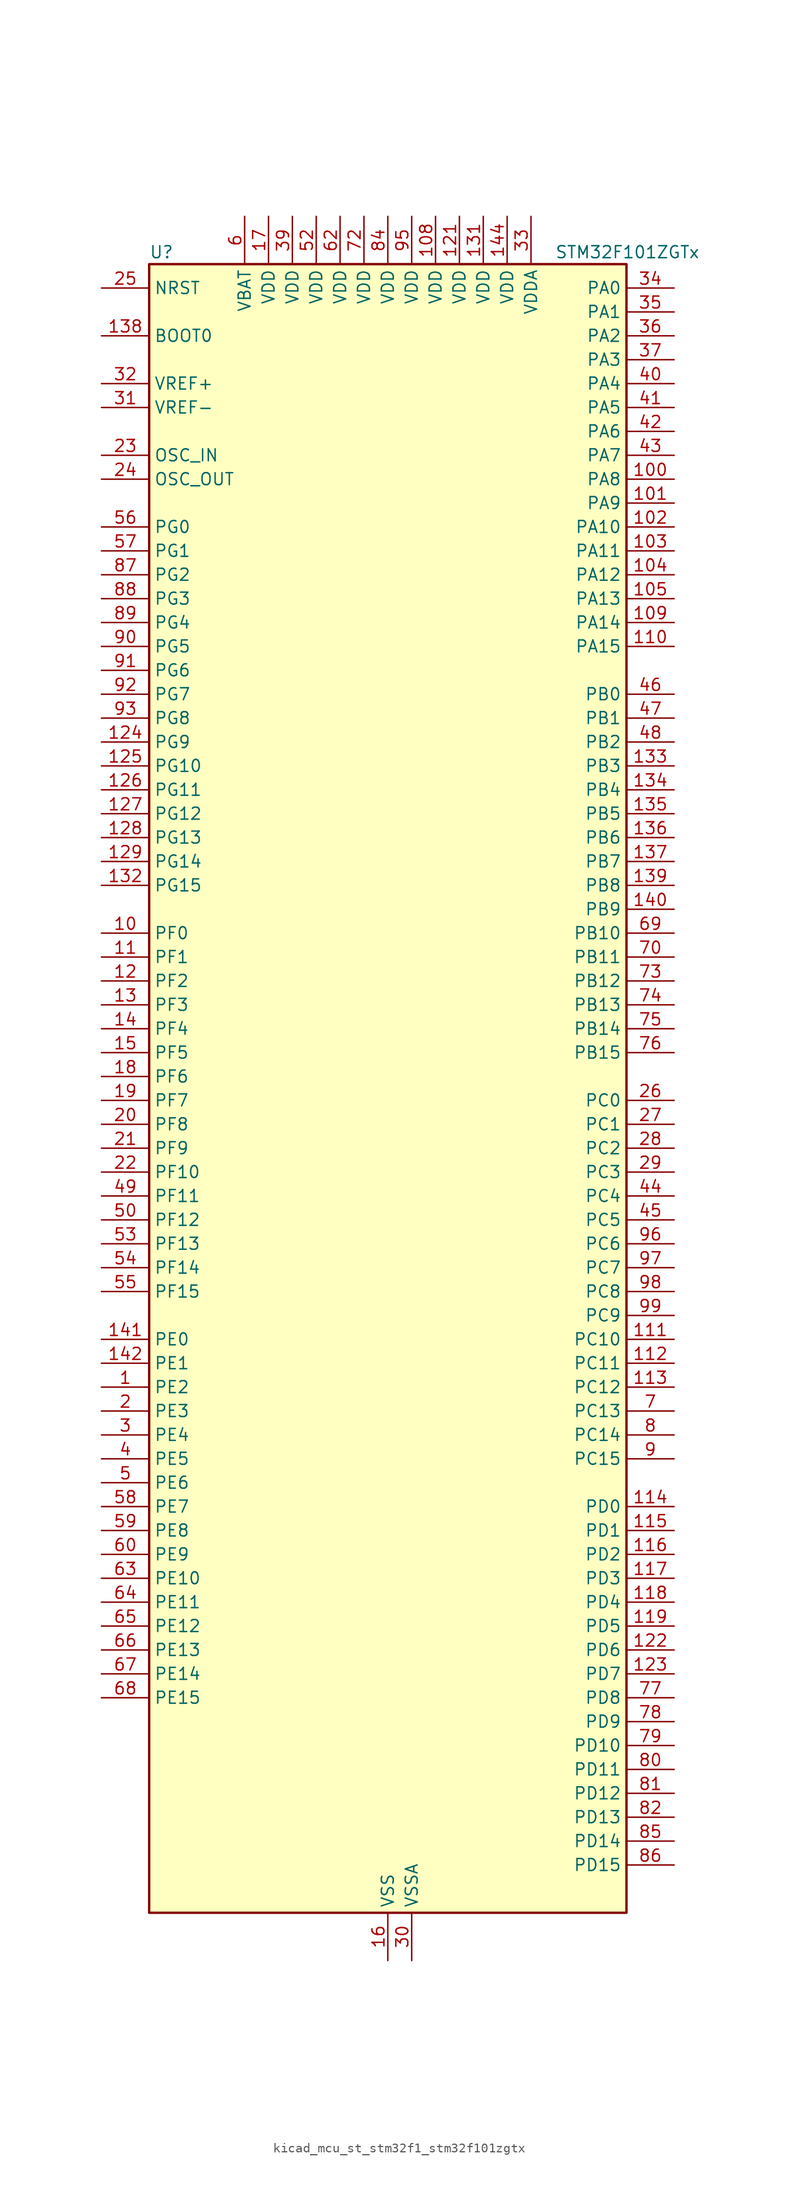
<source format=kicad_sym>
(kicad_symbol_lib
  (version 20220914)
  (generator kicad_symbol_editor)
  (symbol "kicad_mcu_st_stm32f1_stm32f101zgtx"
    (property "Reference" "U"
      (at -25.4 90.17 0)
      (effects (font (size 1.27 1.27)) (justify left)))
    (property "Value" "STM32F101ZGTx"
      (at 17.78 90.17 0)
      (effects (font (size 1.27 1.27)) (justify left)))
    (property "ki_locked" ""
      (at 0 0 0)
      (effects (font (size 1.27 1.27))))
    (symbol "kicad_mcu_st_stm32f1_stm32f101zgtx_0_1"
      (rectangle (start -25.4 -86.36) (end 25.4 88.9) (stroke (width 0.254) (type default)) (fill (type background))))
    (symbol "kicad_mcu_st_stm32f1_stm32f101zgtx_1_1"
      (pin bidirectional line (at -30.48 -30.48 0) (length 5.08) (name "PE2" (effects (font (size 1.27 1.27)))) (number "1" (effects (font (size 1.27 1.27)))) (alternate "FSMC_A23" bidirectional line) (alternate "SYS_TRACECLK" bidirectional line))
      (pin bidirectional line (at -30.48 17.78 0) (length 5.08) (name "PF0" (effects (font (size 1.27 1.27)))) (number "10" (effects (font (size 1.27 1.27)))) (alternate "FSMC_A0" bidirectional line))
      (pin bidirectional line (at 30.48 66.04 180) (length 5.08) (name "PA8" (effects (font (size 1.27 1.27)))) (number "100" (effects (font (size 1.27 1.27)))) (alternate "RCC_MCO" bidirectional line) (alternate "USART1_CK" bidirectional line))
      (pin bidirectional line (at 30.48 63.5 180) (length 5.08) (name "PA9" (effects (font (size 1.27 1.27)))) (number "101" (effects (font (size 1.27 1.27)))) (alternate "DAC_EXTI9" bidirectional line) (alternate "USART1_TX" bidirectional line))
      (pin bidirectional line (at 30.48 60.96 180) (length 5.08) (name "PA10" (effects (font (size 1.27 1.27)))) (number "102" (effects (font (size 1.27 1.27)))) (alternate "USART1_RX" bidirectional line))
      (pin bidirectional line (at 30.48 58.42 180) (length 5.08) (name "PA11" (effects (font (size 1.27 1.27)))) (number "103" (effects (font (size 1.27 1.27)))) (alternate "ADC1_EXTI11" bidirectional line) (alternate "USART1_CTS" bidirectional line))
      (pin bidirectional line (at 30.48 55.88 180) (length 5.08) (name "PA12" (effects (font (size 1.27 1.27)))) (number "104" (effects (font (size 1.27 1.27)))) (alternate "USART1_RTS" bidirectional line))
      (pin bidirectional line (at 30.48 53.34 180) (length 5.08) (name "PA13" (effects (font (size 1.27 1.27)))) (number "105" (effects (font (size 1.27 1.27)))) (alternate "SYS_JTMS-SWDIO" bidirectional line))
      (pin no_connect line (at -25.4 -86.36 0) (length 5.08) hide (name "NC" (effects (font (size 1.27 1.27)))) (number "106" (effects (font (size 1.27 1.27)))))
      (pin passive line (at 0 -91.44 90) (length 5.08) hide (name "VSS" (effects (font (size 1.27 1.27)))) (number "107" (effects (font (size 1.27 1.27)))))
      (pin power_in line (at 5.08 93.98 270) (length 5.08) (name "VDD" (effects (font (size 1.27 1.27)))) (number "108" (effects (font (size 1.27 1.27)))))
      (pin bidirectional line (at 30.48 50.8 180) (length 5.08) (name "PA14" (effects (font (size 1.27 1.27)))) (number "109" (effects (font (size 1.27 1.27)))) (alternate "SYS_JTCK-SWCLK" bidirectional line))
      (pin bidirectional line (at -30.48 15.24 0) (length 5.08) (name "PF1" (effects (font (size 1.27 1.27)))) (number "11" (effects (font (size 1.27 1.27)))) (alternate "FSMC_A1" bidirectional line))
      (pin bidirectional line (at 30.48 48.26 180) (length 5.08) (name "PA15" (effects (font (size 1.27 1.27)))) (number "110" (effects (font (size 1.27 1.27)))) (alternate "ADC1_EXTI15" bidirectional line) (alternate "SPI1_NSS" bidirectional line) (alternate "SPI3_NSS" bidirectional line) (alternate "SYS_JTDI" bidirectional line) (alternate "TIM2_CH1" bidirectional line) (alternate "TIM2_ETR" bidirectional line))
      (pin bidirectional line (at 30.48 -25.4 180) (length 5.08) (name "PC10" (effects (font (size 1.27 1.27)))) (number "111" (effects (font (size 1.27 1.27)))) (alternate "UART4_TX" bidirectional line) (alternate "USART3_TX" bidirectional line))
      (pin bidirectional line (at 30.48 -27.94 180) (length 5.08) (name "PC11" (effects (font (size 1.27 1.27)))) (number "112" (effects (font (size 1.27 1.27)))) (alternate "ADC1_EXTI11" bidirectional line) (alternate "UART4_RX" bidirectional line) (alternate "USART3_RX" bidirectional line))
      (pin bidirectional line (at 30.48 -30.48 180) (length 5.08) (name "PC12" (effects (font (size 1.27 1.27)))) (number "113" (effects (font (size 1.27 1.27)))) (alternate "UART5_TX" bidirectional line) (alternate "USART3_CK" bidirectional line))
      (pin bidirectional line (at 30.48 -43.18 180) (length 5.08) (name "PD0" (effects (font (size 1.27 1.27)))) (number "114" (effects (font (size 1.27 1.27)))) (alternate "FSMC_D2" bidirectional line) (alternate "FSMC_DA2" bidirectional line))
      (pin bidirectional line (at 30.48 -45.72 180) (length 5.08) (name "PD1" (effects (font (size 1.27 1.27)))) (number "115" (effects (font (size 1.27 1.27)))) (alternate "FSMC_D3" bidirectional line) (alternate "FSMC_DA3" bidirectional line))
      (pin bidirectional line (at 30.48 -48.26 180) (length 5.08) (name "PD2" (effects (font (size 1.27 1.27)))) (number "116" (effects (font (size 1.27 1.27)))) (alternate "TIM3_ETR" bidirectional line) (alternate "UART5_RX" bidirectional line))
      (pin bidirectional line (at 30.48 -50.8 180) (length 5.08) (name "PD3" (effects (font (size 1.27 1.27)))) (number "117" (effects (font (size 1.27 1.27)))) (alternate "FSMC_CLK" bidirectional line) (alternate "USART2_CTS" bidirectional line))
      (pin bidirectional line (at 30.48 -53.34 180) (length 5.08) (name "PD4" (effects (font (size 1.27 1.27)))) (number "118" (effects (font (size 1.27 1.27)))) (alternate "FSMC_NOE" bidirectional line) (alternate "USART2_RTS" bidirectional line))
      (pin bidirectional line (at 30.48 -55.88 180) (length 5.08) (name "PD5" (effects (font (size 1.27 1.27)))) (number "119" (effects (font (size 1.27 1.27)))) (alternate "FSMC_NWE" bidirectional line) (alternate "USART2_TX" bidirectional line))
      (pin bidirectional line (at -30.48 12.7 0) (length 5.08) (name "PF2" (effects (font (size 1.27 1.27)))) (number "12" (effects (font (size 1.27 1.27)))) (alternate "FSMC_A2" bidirectional line))
      (pin passive line (at 0 -91.44 90) (length 5.08) hide (name "VSS" (effects (font (size 1.27 1.27)))) (number "120" (effects (font (size 1.27 1.27)))))
      (pin power_in line (at 7.62 93.98 270) (length 5.08) (name "VDD" (effects (font (size 1.27 1.27)))) (number "121" (effects (font (size 1.27 1.27)))))
      (pin bidirectional line (at 30.48 -58.42 180) (length 5.08) (name "PD6" (effects (font (size 1.27 1.27)))) (number "122" (effects (font (size 1.27 1.27)))) (alternate "FSMC_NWAIT" bidirectional line) (alternate "USART2_RX" bidirectional line))
      (pin bidirectional line (at 30.48 -60.96 180) (length 5.08) (name "PD7" (effects (font (size 1.27 1.27)))) (number "123" (effects (font (size 1.27 1.27)))) (alternate "FSMC_NCE2" bidirectional line) (alternate "FSMC_NE1" bidirectional line) (alternate "USART2_CK" bidirectional line))
      (pin bidirectional line (at -30.48 38.1 0) (length 5.08) (name "PG9" (effects (font (size 1.27 1.27)))) (number "124" (effects (font (size 1.27 1.27)))) (alternate "DAC_EXTI9" bidirectional line) (alternate "FSMC_NCE3" bidirectional line) (alternate "FSMC_NE2" bidirectional line))
      (pin bidirectional line (at -30.48 35.56 0) (length 5.08) (name "PG10" (effects (font (size 1.27 1.27)))) (number "125" (effects (font (size 1.27 1.27)))) (alternate "FSMC_NCE4_1" bidirectional line) (alternate "FSMC_NE3" bidirectional line))
      (pin bidirectional line (at -30.48 33.02 0) (length 5.08) (name "PG11" (effects (font (size 1.27 1.27)))) (number "126" (effects (font (size 1.27 1.27)))) (alternate "ADC1_EXTI11" bidirectional line) (alternate "FSMC_NCE4_2" bidirectional line))
      (pin bidirectional line (at -30.48 30.48 0) (length 5.08) (name "PG12" (effects (font (size 1.27 1.27)))) (number "127" (effects (font (size 1.27 1.27)))) (alternate "FSMC_NE4" bidirectional line))
      (pin bidirectional line (at -30.48 27.94 0) (length 5.08) (name "PG13" (effects (font (size 1.27 1.27)))) (number "128" (effects (font (size 1.27 1.27)))) (alternate "FSMC_A24" bidirectional line))
      (pin bidirectional line (at -30.48 25.4 0) (length 5.08) (name "PG14" (effects (font (size 1.27 1.27)))) (number "129" (effects (font (size 1.27 1.27)))) (alternate "FSMC_A25" bidirectional line))
      (pin bidirectional line (at -30.48 10.16 0) (length 5.08) (name "PF3" (effects (font (size 1.27 1.27)))) (number "13" (effects (font (size 1.27 1.27)))) (alternate "FSMC_A3" bidirectional line))
      (pin passive line (at 0 -91.44 90) (length 5.08) hide (name "VSS" (effects (font (size 1.27 1.27)))) (number "130" (effects (font (size 1.27 1.27)))))
      (pin power_in line (at 10.16 93.98 270) (length 5.08) (name "VDD" (effects (font (size 1.27 1.27)))) (number "131" (effects (font (size 1.27 1.27)))))
      (pin bidirectional line (at -30.48 22.86 0) (length 5.08) (name "PG15" (effects (font (size 1.27 1.27)))) (number "132" (effects (font (size 1.27 1.27)))) (alternate "ADC1_EXTI15" bidirectional line))
      (pin bidirectional line (at 30.48 35.56 180) (length 5.08) (name "PB3" (effects (font (size 1.27 1.27)))) (number "133" (effects (font (size 1.27 1.27)))) (alternate "SPI1_SCK" bidirectional line) (alternate "SPI3_SCK" bidirectional line) (alternate "SYS_JTDO-TRACESWO" bidirectional line) (alternate "TIM2_CH2" bidirectional line))
      (pin bidirectional line (at 30.48 33.02 180) (length 5.08) (name "PB4" (effects (font (size 1.27 1.27)))) (number "134" (effects (font (size 1.27 1.27)))) (alternate "SPI1_MISO" bidirectional line) (alternate "SPI3_MISO" bidirectional line) (alternate "SYS_NJTRST" bidirectional line) (alternate "TIM3_CH1" bidirectional line))
      (pin bidirectional line (at 30.48 30.48 180) (length 5.08) (name "PB5" (effects (font (size 1.27 1.27)))) (number "135" (effects (font (size 1.27 1.27)))) (alternate "I2C1_SMBA" bidirectional line) (alternate "SPI1_MOSI" bidirectional line) (alternate "SPI3_MOSI" bidirectional line) (alternate "TIM3_CH2" bidirectional line))
      (pin bidirectional line (at 30.48 27.94 180) (length 5.08) (name "PB6" (effects (font (size 1.27 1.27)))) (number "136" (effects (font (size 1.27 1.27)))) (alternate "I2C1_SCL" bidirectional line) (alternate "TIM4_CH1" bidirectional line) (alternate "USART1_TX" bidirectional line))
      (pin bidirectional line (at 30.48 25.4 180) (length 5.08) (name "PB7" (effects (font (size 1.27 1.27)))) (number "137" (effects (font (size 1.27 1.27)))) (alternate "FSMC_NL" bidirectional line) (alternate "I2C1_SDA" bidirectional line) (alternate "TIM4_CH2" bidirectional line) (alternate "USART1_RX" bidirectional line))
      (pin input line (at -30.48 81.28 0) (length 5.08) (name "BOOT0" (effects (font (size 1.27 1.27)))) (number "138" (effects (font (size 1.27 1.27)))))
      (pin bidirectional line (at 30.48 22.86 180) (length 5.08) (name "PB8" (effects (font (size 1.27 1.27)))) (number "139" (effects (font (size 1.27 1.27)))) (alternate "I2C1_SCL" bidirectional line) (alternate "TIM10_CH1" bidirectional line) (alternate "TIM4_CH3" bidirectional line))
      (pin bidirectional line (at -30.48 7.62 0) (length 5.08) (name "PF4" (effects (font (size 1.27 1.27)))) (number "14" (effects (font (size 1.27 1.27)))) (alternate "FSMC_A4" bidirectional line))
      (pin bidirectional line (at 30.48 20.32 180) (length 5.08) (name "PB9" (effects (font (size 1.27 1.27)))) (number "140" (effects (font (size 1.27 1.27)))) (alternate "DAC_EXTI9" bidirectional line) (alternate "I2C1_SDA" bidirectional line) (alternate "TIM11_CH1" bidirectional line) (alternate "TIM4_CH4" bidirectional line))
      (pin bidirectional line (at -30.48 -25.4 0) (length 5.08) (name "PE0" (effects (font (size 1.27 1.27)))) (number "141" (effects (font (size 1.27 1.27)))) (alternate "FSMC_NBL0" bidirectional line) (alternate "TIM4_ETR" bidirectional line))
      (pin bidirectional line (at -30.48 -27.94 0) (length 5.08) (name "PE1" (effects (font (size 1.27 1.27)))) (number "142" (effects (font (size 1.27 1.27)))) (alternate "FSMC_NBL1" bidirectional line))
      (pin passive line (at 0 -91.44 90) (length 5.08) hide (name "VSS" (effects (font (size 1.27 1.27)))) (number "143" (effects (font (size 1.27 1.27)))))
      (pin power_in line (at 12.7 93.98 270) (length 5.08) (name "VDD" (effects (font (size 1.27 1.27)))) (number "144" (effects (font (size 1.27 1.27)))))
      (pin bidirectional line (at -30.48 5.08 0) (length 5.08) (name "PF5" (effects (font (size 1.27 1.27)))) (number "15" (effects (font (size 1.27 1.27)))) (alternate "FSMC_A5" bidirectional line))
      (pin power_in line (at 0 -91.44 90) (length 5.08) (name "VSS" (effects (font (size 1.27 1.27)))) (number "16" (effects (font (size 1.27 1.27)))))
      (pin power_in line (at -12.7 93.98 270) (length 5.08) (name "VDD" (effects (font (size 1.27 1.27)))) (number "17" (effects (font (size 1.27 1.27)))))
      (pin bidirectional line (at -30.48 2.54 0) (length 5.08) (name "PF6" (effects (font (size 1.27 1.27)))) (number "18" (effects (font (size 1.27 1.27)))) (alternate "FSMC_NIORD" bidirectional line) (alternate "TIM10_CH1" bidirectional line))
      (pin bidirectional line (at -30.48 0 0) (length 5.08) (name "PF7" (effects (font (size 1.27 1.27)))) (number "19" (effects (font (size 1.27 1.27)))) (alternate "FSMC_NREG" bidirectional line) (alternate "TIM11_CH1" bidirectional line))
      (pin bidirectional line (at -30.48 -33.02 0) (length 5.08) (name "PE3" (effects (font (size 1.27 1.27)))) (number "2" (effects (font (size 1.27 1.27)))) (alternate "FSMC_A19" bidirectional line) (alternate "SYS_TRACED0" bidirectional line))
      (pin bidirectional line (at -30.48 -2.54 0) (length 5.08) (name "PF8" (effects (font (size 1.27 1.27)))) (number "20" (effects (font (size 1.27 1.27)))) (alternate "FSMC_NIOWR" bidirectional line) (alternate "TIM13_CH1" bidirectional line))
      (pin bidirectional line (at -30.48 -5.08 0) (length 5.08) (name "PF9" (effects (font (size 1.27 1.27)))) (number "21" (effects (font (size 1.27 1.27)))) (alternate "DAC_EXTI9" bidirectional line) (alternate "FSMC_CD" bidirectional line) (alternate "TIM14_CH1" bidirectional line))
      (pin bidirectional line (at -30.48 -7.62 0) (length 5.08) (name "PF10" (effects (font (size 1.27 1.27)))) (number "22" (effects (font (size 1.27 1.27)))) (alternate "FSMC_INTR" bidirectional line))
      (pin input line (at -30.48 68.58 0) (length 5.08) (name "OSC_IN" (effects (font (size 1.27 1.27)))) (number "23" (effects (font (size 1.27 1.27)))) (alternate "RCC_OSC_IN" bidirectional line))
      (pin input line (at -30.48 66.04 0) (length 5.08) (name "OSC_OUT" (effects (font (size 1.27 1.27)))) (number "24" (effects (font (size 1.27 1.27)))) (alternate "RCC_OSC_OUT" bidirectional line))
      (pin input line (at -30.48 86.36 0) (length 5.08) (name "NRST" (effects (font (size 1.27 1.27)))) (number "25" (effects (font (size 1.27 1.27)))))
      (pin bidirectional line (at 30.48 0 180) (length 5.08) (name "PC0" (effects (font (size 1.27 1.27)))) (number "26" (effects (font (size 1.27 1.27)))) (alternate "ADC1_IN10" bidirectional line))
      (pin bidirectional line (at 30.48 -2.54 180) (length 5.08) (name "PC1" (effects (font (size 1.27 1.27)))) (number "27" (effects (font (size 1.27 1.27)))) (alternate "ADC1_IN11" bidirectional line))
      (pin bidirectional line (at 30.48 -5.08 180) (length 5.08) (name "PC2" (effects (font (size 1.27 1.27)))) (number "28" (effects (font (size 1.27 1.27)))) (alternate "ADC1_IN12" bidirectional line))
      (pin bidirectional line (at 30.48 -7.62 180) (length 5.08) (name "PC3" (effects (font (size 1.27 1.27)))) (number "29" (effects (font (size 1.27 1.27)))) (alternate "ADC1_IN13" bidirectional line))
      (pin bidirectional line (at -30.48 -35.56 0) (length 5.08) (name "PE4" (effects (font (size 1.27 1.27)))) (number "3" (effects (font (size 1.27 1.27)))) (alternate "FSMC_A20" bidirectional line) (alternate "SYS_TRACED1" bidirectional line))
      (pin power_in line (at 2.54 -91.44 90) (length 5.08) (name "VSSA" (effects (font (size 1.27 1.27)))) (number "30" (effects (font (size 1.27 1.27)))))
      (pin input line (at -30.48 73.66 0) (length 5.08) (name "VREF-" (effects (font (size 1.27 1.27)))) (number "31" (effects (font (size 1.27 1.27)))))
      (pin input line (at -30.48 76.2 0) (length 5.08) (name "VREF+" (effects (font (size 1.27 1.27)))) (number "32" (effects (font (size 1.27 1.27)))))
      (pin power_in line (at 15.24 93.98 270) (length 5.08) (name "VDDA" (effects (font (size 1.27 1.27)))) (number "33" (effects (font (size 1.27 1.27)))))
      (pin bidirectional line (at 30.48 86.36 180) (length 5.08) (name "PA0" (effects (font (size 1.27 1.27)))) (number "34" (effects (font (size 1.27 1.27)))) (alternate "ADC1_IN0" bidirectional line) (alternate "SYS_WKUP" bidirectional line) (alternate "TIM2_CH1" bidirectional line) (alternate "TIM2_ETR" bidirectional line) (alternate "TIM5_CH1" bidirectional line) (alternate "USART2_CTS" bidirectional line))
      (pin bidirectional line (at 30.48 83.82 180) (length 5.08) (name "PA1" (effects (font (size 1.27 1.27)))) (number "35" (effects (font (size 1.27 1.27)))) (alternate "ADC1_IN1" bidirectional line) (alternate "TIM2_CH2" bidirectional line) (alternate "TIM5_CH2" bidirectional line) (alternate "USART2_RTS" bidirectional line))
      (pin bidirectional line (at 30.48 81.28 180) (length 5.08) (name "PA2" (effects (font (size 1.27 1.27)))) (number "36" (effects (font (size 1.27 1.27)))) (alternate "ADC1_IN2" bidirectional line) (alternate "TIM2_CH3" bidirectional line) (alternate "TIM5_CH3" bidirectional line) (alternate "TIM9_CH1" bidirectional line) (alternate "USART2_TX" bidirectional line))
      (pin bidirectional line (at 30.48 78.74 180) (length 5.08) (name "PA3" (effects (font (size 1.27 1.27)))) (number "37" (effects (font (size 1.27 1.27)))) (alternate "ADC1_IN3" bidirectional line) (alternate "TIM2_CH4" bidirectional line) (alternate "TIM5_CH4" bidirectional line) (alternate "TIM9_CH2" bidirectional line) (alternate "USART2_RX" bidirectional line))
      (pin passive line (at 0 -91.44 90) (length 5.08) hide (name "VSS" (effects (font (size 1.27 1.27)))) (number "38" (effects (font (size 1.27 1.27)))))
      (pin power_in line (at -10.16 93.98 270) (length 5.08) (name "VDD" (effects (font (size 1.27 1.27)))) (number "39" (effects (font (size 1.27 1.27)))))
      (pin bidirectional line (at -30.48 -38.1 0) (length 5.08) (name "PE5" (effects (font (size 1.27 1.27)))) (number "4" (effects (font (size 1.27 1.27)))) (alternate "FSMC_A21" bidirectional line) (alternate "SYS_TRACED2" bidirectional line) (alternate "TIM9_CH1" bidirectional line))
      (pin bidirectional line (at 30.48 76.2 180) (length 5.08) (name "PA4" (effects (font (size 1.27 1.27)))) (number "40" (effects (font (size 1.27 1.27)))) (alternate "ADC1_IN4" bidirectional line) (alternate "DAC_OUT1" bidirectional line) (alternate "SPI1_NSS" bidirectional line) (alternate "USART2_CK" bidirectional line))
      (pin bidirectional line (at 30.48 73.66 180) (length 5.08) (name "PA5" (effects (font (size 1.27 1.27)))) (number "41" (effects (font (size 1.27 1.27)))) (alternate "ADC1_IN5" bidirectional line) (alternate "DAC_OUT2" bidirectional line) (alternate "SPI1_SCK" bidirectional line))
      (pin bidirectional line (at 30.48 71.12 180) (length 5.08) (name "PA6" (effects (font (size 1.27 1.27)))) (number "42" (effects (font (size 1.27 1.27)))) (alternate "ADC1_IN6" bidirectional line) (alternate "SPI1_MISO" bidirectional line) (alternate "TIM13_CH1" bidirectional line) (alternate "TIM3_CH1" bidirectional line))
      (pin bidirectional line (at 30.48 68.58 180) (length 5.08) (name "PA7" (effects (font (size 1.27 1.27)))) (number "43" (effects (font (size 1.27 1.27)))) (alternate "ADC1_IN7" bidirectional line) (alternate "SPI1_MOSI" bidirectional line) (alternate "TIM14_CH1" bidirectional line) (alternate "TIM3_CH2" bidirectional line))
      (pin bidirectional line (at 30.48 -10.16 180) (length 5.08) (name "PC4" (effects (font (size 1.27 1.27)))) (number "44" (effects (font (size 1.27 1.27)))) (alternate "ADC1_IN14" bidirectional line))
      (pin bidirectional line (at 30.48 -12.7 180) (length 5.08) (name "PC5" (effects (font (size 1.27 1.27)))) (number "45" (effects (font (size 1.27 1.27)))) (alternate "ADC1_IN15" bidirectional line))
      (pin bidirectional line (at 30.48 43.18 180) (length 5.08) (name "PB0" (effects (font (size 1.27 1.27)))) (number "46" (effects (font (size 1.27 1.27)))) (alternate "ADC1_IN8" bidirectional line) (alternate "TIM3_CH3" bidirectional line))
      (pin bidirectional line (at 30.48 40.64 180) (length 5.08) (name "PB1" (effects (font (size 1.27 1.27)))) (number "47" (effects (font (size 1.27 1.27)))) (alternate "ADC1_IN9" bidirectional line) (alternate "TIM3_CH4" bidirectional line))
      (pin bidirectional line (at 30.48 38.1 180) (length 5.08) (name "PB2" (effects (font (size 1.27 1.27)))) (number "48" (effects (font (size 1.27 1.27)))))
      (pin bidirectional line (at -30.48 -10.16 0) (length 5.08) (name "PF11" (effects (font (size 1.27 1.27)))) (number "49" (effects (font (size 1.27 1.27)))) (alternate "ADC1_EXTI11" bidirectional line) (alternate "FSMC_NIOS16" bidirectional line))
      (pin bidirectional line (at -30.48 -40.64 0) (length 5.08) (name "PE6" (effects (font (size 1.27 1.27)))) (number "5" (effects (font (size 1.27 1.27)))) (alternate "FSMC_A22" bidirectional line) (alternate "SYS_TRACED3" bidirectional line) (alternate "TIM9_CH2" bidirectional line))
      (pin bidirectional line (at -30.48 -12.7 0) (length 5.08) (name "PF12" (effects (font (size 1.27 1.27)))) (number "50" (effects (font (size 1.27 1.27)))) (alternate "FSMC_A6" bidirectional line))
      (pin passive line (at 0 -91.44 90) (length 5.08) hide (name "VSS" (effects (font (size 1.27 1.27)))) (number "51" (effects (font (size 1.27 1.27)))))
      (pin power_in line (at -7.62 93.98 270) (length 5.08) (name "VDD" (effects (font (size 1.27 1.27)))) (number "52" (effects (font (size 1.27 1.27)))))
      (pin bidirectional line (at -30.48 -15.24 0) (length 5.08) (name "PF13" (effects (font (size 1.27 1.27)))) (number "53" (effects (font (size 1.27 1.27)))) (alternate "FSMC_A7" bidirectional line))
      (pin bidirectional line (at -30.48 -17.78 0) (length 5.08) (name "PF14" (effects (font (size 1.27 1.27)))) (number "54" (effects (font (size 1.27 1.27)))) (alternate "FSMC_A8" bidirectional line))
      (pin bidirectional line (at -30.48 -20.32 0) (length 5.08) (name "PF15" (effects (font (size 1.27 1.27)))) (number "55" (effects (font (size 1.27 1.27)))) (alternate "ADC1_EXTI15" bidirectional line) (alternate "FSMC_A9" bidirectional line))
      (pin bidirectional line (at -30.48 60.96 0) (length 5.08) (name "PG0" (effects (font (size 1.27 1.27)))) (number "56" (effects (font (size 1.27 1.27)))) (alternate "FSMC_A10" bidirectional line))
      (pin bidirectional line (at -30.48 58.42 0) (length 5.08) (name "PG1" (effects (font (size 1.27 1.27)))) (number "57" (effects (font (size 1.27 1.27)))) (alternate "FSMC_A11" bidirectional line))
      (pin bidirectional line (at -30.48 -43.18 0) (length 5.08) (name "PE7" (effects (font (size 1.27 1.27)))) (number "58" (effects (font (size 1.27 1.27)))) (alternate "FSMC_D4" bidirectional line) (alternate "FSMC_DA4" bidirectional line))
      (pin bidirectional line (at -30.48 -45.72 0) (length 5.08) (name "PE8" (effects (font (size 1.27 1.27)))) (number "59" (effects (font (size 1.27 1.27)))) (alternate "FSMC_D5" bidirectional line) (alternate "FSMC_DA5" bidirectional line))
      (pin power_in line (at -15.24 93.98 270) (length 5.08) (name "VBAT" (effects (font (size 1.27 1.27)))) (number "6" (effects (font (size 1.27 1.27)))))
      (pin bidirectional line (at -30.48 -48.26 0) (length 5.08) (name "PE9" (effects (font (size 1.27 1.27)))) (number "60" (effects (font (size 1.27 1.27)))) (alternate "DAC_EXTI9" bidirectional line) (alternate "FSMC_D6" bidirectional line) (alternate "FSMC_DA6" bidirectional line))
      (pin passive line (at 0 -91.44 90) (length 5.08) hide (name "VSS" (effects (font (size 1.27 1.27)))) (number "61" (effects (font (size 1.27 1.27)))))
      (pin power_in line (at -5.08 93.98 270) (length 5.08) (name "VDD" (effects (font (size 1.27 1.27)))) (number "62" (effects (font (size 1.27 1.27)))))
      (pin bidirectional line (at -30.48 -50.8 0) (length 5.08) (name "PE10" (effects (font (size 1.27 1.27)))) (number "63" (effects (font (size 1.27 1.27)))) (alternate "FSMC_D7" bidirectional line) (alternate "FSMC_DA7" bidirectional line))
      (pin bidirectional line (at -30.48 -53.34 0) (length 5.08) (name "PE11" (effects (font (size 1.27 1.27)))) (number "64" (effects (font (size 1.27 1.27)))) (alternate "ADC1_EXTI11" bidirectional line) (alternate "FSMC_D8" bidirectional line) (alternate "FSMC_DA8" bidirectional line))
      (pin bidirectional line (at -30.48 -55.88 0) (length 5.08) (name "PE12" (effects (font (size 1.27 1.27)))) (number "65" (effects (font (size 1.27 1.27)))) (alternate "FSMC_D9" bidirectional line) (alternate "FSMC_DA9" bidirectional line))
      (pin bidirectional line (at -30.48 -58.42 0) (length 5.08) (name "PE13" (effects (font (size 1.27 1.27)))) (number "66" (effects (font (size 1.27 1.27)))) (alternate "FSMC_D10" bidirectional line) (alternate "FSMC_DA10" bidirectional line))
      (pin bidirectional line (at -30.48 -60.96 0) (length 5.08) (name "PE14" (effects (font (size 1.27 1.27)))) (number "67" (effects (font (size 1.27 1.27)))) (alternate "FSMC_D11" bidirectional line) (alternate "FSMC_DA11" bidirectional line))
      (pin bidirectional line (at -30.48 -63.5 0) (length 5.08) (name "PE15" (effects (font (size 1.27 1.27)))) (number "68" (effects (font (size 1.27 1.27)))) (alternate "ADC1_EXTI15" bidirectional line) (alternate "FSMC_D12" bidirectional line) (alternate "FSMC_DA12" bidirectional line))
      (pin bidirectional line (at 30.48 17.78 180) (length 5.08) (name "PB10" (effects (font (size 1.27 1.27)))) (number "69" (effects (font (size 1.27 1.27)))) (alternate "I2C2_SCL" bidirectional line) (alternate "TIM2_CH3" bidirectional line) (alternate "USART3_TX" bidirectional line))
      (pin bidirectional line (at 30.48 -33.02 180) (length 5.08) (name "PC13" (effects (font (size 1.27 1.27)))) (number "7" (effects (font (size 1.27 1.27)))) (alternate "RTC_OUT" bidirectional line) (alternate "RTC_TAMPER" bidirectional line))
      (pin bidirectional line (at 30.48 15.24 180) (length 5.08) (name "PB11" (effects (font (size 1.27 1.27)))) (number "70" (effects (font (size 1.27 1.27)))) (alternate "ADC1_EXTI11" bidirectional line) (alternate "I2C2_SDA" bidirectional line) (alternate "TIM2_CH4" bidirectional line) (alternate "USART3_RX" bidirectional line))
      (pin passive line (at 0 -91.44 90) (length 5.08) hide (name "VSS" (effects (font (size 1.27 1.27)))) (number "71" (effects (font (size 1.27 1.27)))))
      (pin power_in line (at -2.54 93.98 270) (length 5.08) (name "VDD" (effects (font (size 1.27 1.27)))) (number "72" (effects (font (size 1.27 1.27)))))
      (pin bidirectional line (at 30.48 12.7 180) (length 5.08) (name "PB12" (effects (font (size 1.27 1.27)))) (number "73" (effects (font (size 1.27 1.27)))) (alternate "I2C2_SMBA" bidirectional line) (alternate "SPI2_NSS" bidirectional line) (alternate "USART3_CK" bidirectional line))
      (pin bidirectional line (at 30.48 10.16 180) (length 5.08) (name "PB13" (effects (font (size 1.27 1.27)))) (number "74" (effects (font (size 1.27 1.27)))) (alternate "SPI2_SCK" bidirectional line) (alternate "USART3_CTS" bidirectional line))
      (pin bidirectional line (at 30.48 7.62 180) (length 5.08) (name "PB14" (effects (font (size 1.27 1.27)))) (number "75" (effects (font (size 1.27 1.27)))) (alternate "SPI2_MISO" bidirectional line) (alternate "TIM12_CH1" bidirectional line) (alternate "USART3_RTS" bidirectional line))
      (pin bidirectional line (at 30.48 5.08 180) (length 5.08) (name "PB15" (effects (font (size 1.27 1.27)))) (number "76" (effects (font (size 1.27 1.27)))) (alternate "ADC1_EXTI15" bidirectional line) (alternate "SPI2_MOSI" bidirectional line) (alternate "TIM12_CH2" bidirectional line))
      (pin bidirectional line (at 30.48 -63.5 180) (length 5.08) (name "PD8" (effects (font (size 1.27 1.27)))) (number "77" (effects (font (size 1.27 1.27)))) (alternate "FSMC_D13" bidirectional line) (alternate "FSMC_DA13" bidirectional line) (alternate "USART3_TX" bidirectional line))
      (pin bidirectional line (at 30.48 -66.04 180) (length 5.08) (name "PD9" (effects (font (size 1.27 1.27)))) (number "78" (effects (font (size 1.27 1.27)))) (alternate "DAC_EXTI9" bidirectional line) (alternate "FSMC_D14" bidirectional line) (alternate "FSMC_DA14" bidirectional line) (alternate "USART3_RX" bidirectional line))
      (pin bidirectional line (at 30.48 -68.58 180) (length 5.08) (name "PD10" (effects (font (size 1.27 1.27)))) (number "79" (effects (font (size 1.27 1.27)))) (alternate "FSMC_D15" bidirectional line) (alternate "FSMC_DA15" bidirectional line) (alternate "USART3_CK" bidirectional line))
      (pin bidirectional line (at 30.48 -35.56 180) (length 5.08) (name "PC14" (effects (font (size 1.27 1.27)))) (number "8" (effects (font (size 1.27 1.27)))) (alternate "RCC_OSC32_IN" bidirectional line))
      (pin bidirectional line (at 30.48 -71.12 180) (length 5.08) (name "PD11" (effects (font (size 1.27 1.27)))) (number "80" (effects (font (size 1.27 1.27)))) (alternate "ADC1_EXTI11" bidirectional line) (alternate "FSMC_A16" bidirectional line) (alternate "FSMC_CLE" bidirectional line) (alternate "USART3_CTS" bidirectional line))
      (pin bidirectional line (at 30.48 -73.66 180) (length 5.08) (name "PD12" (effects (font (size 1.27 1.27)))) (number "81" (effects (font (size 1.27 1.27)))) (alternate "FSMC_A17" bidirectional line) (alternate "FSMC_ALE" bidirectional line) (alternate "TIM4_CH1" bidirectional line) (alternate "USART3_RTS" bidirectional line))
      (pin bidirectional line (at 30.48 -76.2 180) (length 5.08) (name "PD13" (effects (font (size 1.27 1.27)))) (number "82" (effects (font (size 1.27 1.27)))) (alternate "FSMC_A18" bidirectional line) (alternate "TIM4_CH2" bidirectional line))
      (pin passive line (at 0 -91.44 90) (length 5.08) hide (name "VSS" (effects (font (size 1.27 1.27)))) (number "83" (effects (font (size 1.27 1.27)))))
      (pin power_in line (at 0 93.98 270) (length 5.08) (name "VDD" (effects (font (size 1.27 1.27)))) (number "84" (effects (font (size 1.27 1.27)))))
      (pin bidirectional line (at 30.48 -78.74 180) (length 5.08) (name "PD14" (effects (font (size 1.27 1.27)))) (number "85" (effects (font (size 1.27 1.27)))) (alternate "FSMC_D0" bidirectional line) (alternate "FSMC_DA0" bidirectional line) (alternate "TIM4_CH3" bidirectional line))
      (pin bidirectional line (at 30.48 -81.28 180) (length 5.08) (name "PD15" (effects (font (size 1.27 1.27)))) (number "86" (effects (font (size 1.27 1.27)))) (alternate "ADC1_EXTI15" bidirectional line) (alternate "FSMC_D1" bidirectional line) (alternate "FSMC_DA1" bidirectional line) (alternate "TIM4_CH4" bidirectional line))
      (pin bidirectional line (at -30.48 55.88 0) (length 5.08) (name "PG2" (effects (font (size 1.27 1.27)))) (number "87" (effects (font (size 1.27 1.27)))) (alternate "FSMC_A12" bidirectional line))
      (pin bidirectional line (at -30.48 53.34 0) (length 5.08) (name "PG3" (effects (font (size 1.27 1.27)))) (number "88" (effects (font (size 1.27 1.27)))) (alternate "FSMC_A13" bidirectional line))
      (pin bidirectional line (at -30.48 50.8 0) (length 5.08) (name "PG4" (effects (font (size 1.27 1.27)))) (number "89" (effects (font (size 1.27 1.27)))) (alternate "FSMC_A14" bidirectional line))
      (pin bidirectional line (at 30.48 -38.1 180) (length 5.08) (name "PC15" (effects (font (size 1.27 1.27)))) (number "9" (effects (font (size 1.27 1.27)))) (alternate "ADC1_EXTI15" bidirectional line) (alternate "RCC_OSC32_OUT" bidirectional line))
      (pin bidirectional line (at -30.48 48.26 0) (length 5.08) (name "PG5" (effects (font (size 1.27 1.27)))) (number "90" (effects (font (size 1.27 1.27)))) (alternate "FSMC_A15" bidirectional line))
      (pin bidirectional line (at -30.48 45.72 0) (length 5.08) (name "PG6" (effects (font (size 1.27 1.27)))) (number "91" (effects (font (size 1.27 1.27)))) (alternate "FSMC_INT2" bidirectional line))
      (pin bidirectional line (at -30.48 43.18 0) (length 5.08) (name "PG7" (effects (font (size 1.27 1.27)))) (number "92" (effects (font (size 1.27 1.27)))) (alternate "FSMC_INT3" bidirectional line))
      (pin bidirectional line (at -30.48 40.64 0) (length 5.08) (name "PG8" (effects (font (size 1.27 1.27)))) (number "93" (effects (font (size 1.27 1.27)))))
      (pin passive line (at 0 -91.44 90) (length 5.08) hide (name "VSS" (effects (font (size 1.27 1.27)))) (number "94" (effects (font (size 1.27 1.27)))))
      (pin power_in line (at 2.54 93.98 270) (length 5.08) (name "VDD" (effects (font (size 1.27 1.27)))) (number "95" (effects (font (size 1.27 1.27)))))
      (pin bidirectional line (at 30.48 -15.24 180) (length 5.08) (name "PC6" (effects (font (size 1.27 1.27)))) (number "96" (effects (font (size 1.27 1.27)))) (alternate "TIM3_CH1" bidirectional line))
      (pin bidirectional line (at 30.48 -17.78 180) (length 5.08) (name "PC7" (effects (font (size 1.27 1.27)))) (number "97" (effects (font (size 1.27 1.27)))) (alternate "TIM3_CH2" bidirectional line))
      (pin bidirectional line (at 30.48 -20.32 180) (length 5.08) (name "PC8" (effects (font (size 1.27 1.27)))) (number "98" (effects (font (size 1.27 1.27)))) (alternate "TIM3_CH3" bidirectional line))
      (pin bidirectional line (at 30.48 -22.86 180) (length 5.08) (name "PC9" (effects (font (size 1.27 1.27)))) (number "99" (effects (font (size 1.27 1.27)))) (alternate "DAC_EXTI9" bidirectional line) (alternate "TIM3_CH4" bidirectional line)))))
</source>
